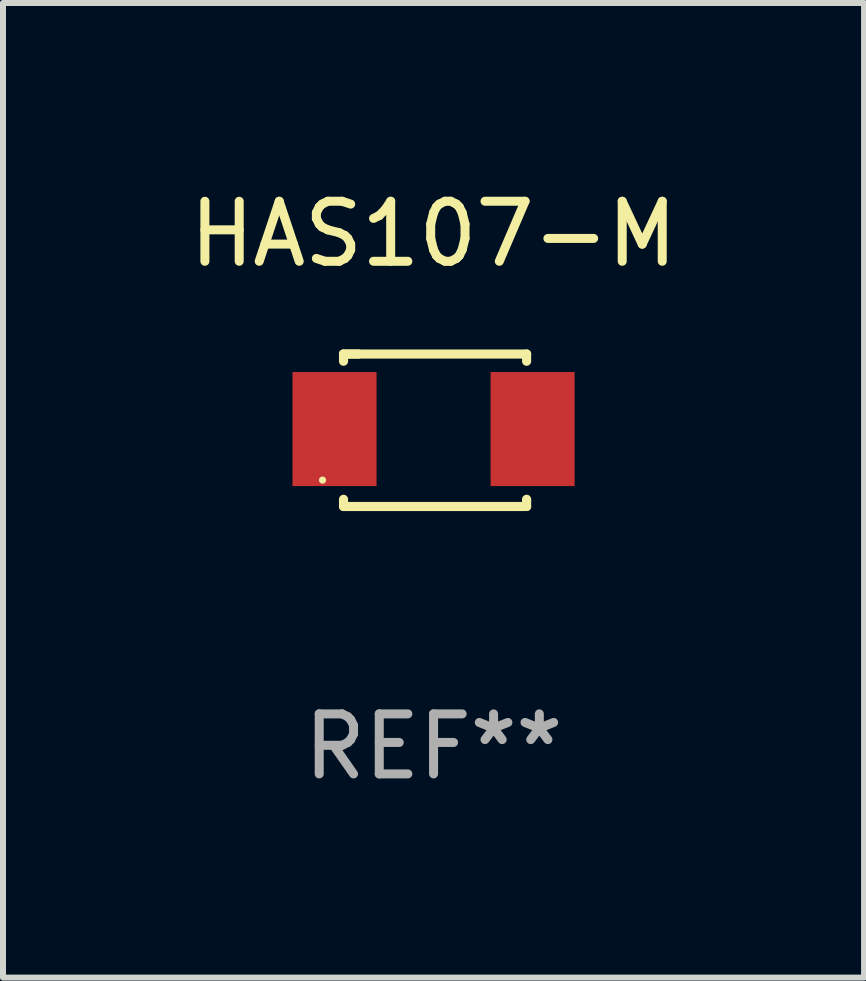
<source format=kicad_pcb>
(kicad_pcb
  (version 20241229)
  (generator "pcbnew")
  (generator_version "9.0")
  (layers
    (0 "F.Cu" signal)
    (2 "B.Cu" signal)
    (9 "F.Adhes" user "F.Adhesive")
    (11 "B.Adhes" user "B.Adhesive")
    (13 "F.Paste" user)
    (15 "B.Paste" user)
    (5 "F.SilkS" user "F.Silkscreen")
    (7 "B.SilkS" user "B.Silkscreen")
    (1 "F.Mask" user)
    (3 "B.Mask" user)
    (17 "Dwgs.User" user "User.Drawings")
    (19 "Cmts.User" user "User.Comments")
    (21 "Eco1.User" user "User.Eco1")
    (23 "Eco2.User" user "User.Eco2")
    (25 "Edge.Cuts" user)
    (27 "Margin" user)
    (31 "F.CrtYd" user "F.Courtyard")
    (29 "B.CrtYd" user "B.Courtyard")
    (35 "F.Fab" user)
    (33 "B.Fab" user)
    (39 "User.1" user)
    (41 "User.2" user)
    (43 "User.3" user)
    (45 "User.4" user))
  (footprint "HAS107-M"
    (layer "F.Cu")
    (at 4.173 4.118)
    (property "Reference" "HAS107-M" (at 0 -3.27 0) (layer "F.SilkS") (effects (font (size 1 1) (thickness 0.15))))
    (attr through_hole)
    (fp_line (start -1.5 -1.27) (end -1.247 -1.27) (stroke (width 0.152) (type solid)) (layer "F.SilkS"))
    (fp_line (start -1.5 -1.27) (end 1.55 -1.27) (stroke (width 0.152) (type solid)) (layer "F.SilkS"))
    (fp_line (start -1.5 -1.15) (end -1.5 -1.27) (stroke (width 0.152) (type solid)) (layer "F.SilkS"))
    (fp_line (start -1.5 1.27) (end -1.5 1.15) (stroke (width 0.152) (type solid)) (layer "F.SilkS"))
    (fp_line (start 1.55 -1.27) (end 1.55 -1.15) (stroke (width 0.152) (type solid)) (layer "F.SilkS"))
    (fp_line (start 1.55 1.15) (end 1.55 1.17) (stroke (width 0.152) (type solid)) (layer "F.SilkS"))
    (fp_line (start 1.55 1.17) (end 1.55 1.27) (stroke (width 0.152) (type solid)) (layer "F.SilkS"))
    (fp_line (start 1.55 1.27) (end -1.5 1.27) (stroke (width 0.152) (type solid)) (layer "F.SilkS"))
    (fp_circle (center -1.85 0.83) (end -1.82 0.83) (stroke (width 0.06) (type solid)) (fill no) (layer "F.SilkS"))
    (fp_text user "REF**" (at 0 5.27 0) (layer "F.Fab") (effects (font (size 1 1) (thickness 0.15))))
    (pad "1" smd rect (at -1.65 -0.02 180) (size 1.4 1.9) (layers "F.Cu" "F.Mask" "F.Paste"))
    (pad "2" smd rect (at 1.65 -0.02 180) (size 1.4 1.9) (layers "F.Cu" "F.Mask" "F.Paste")))
  (gr_rect
    (start -3 -3)
    (end 11.345 13.236)
    (stroke (width 0.1) (type default))
    (fill no)
    (layer "Edge.Cuts")))
</source>
